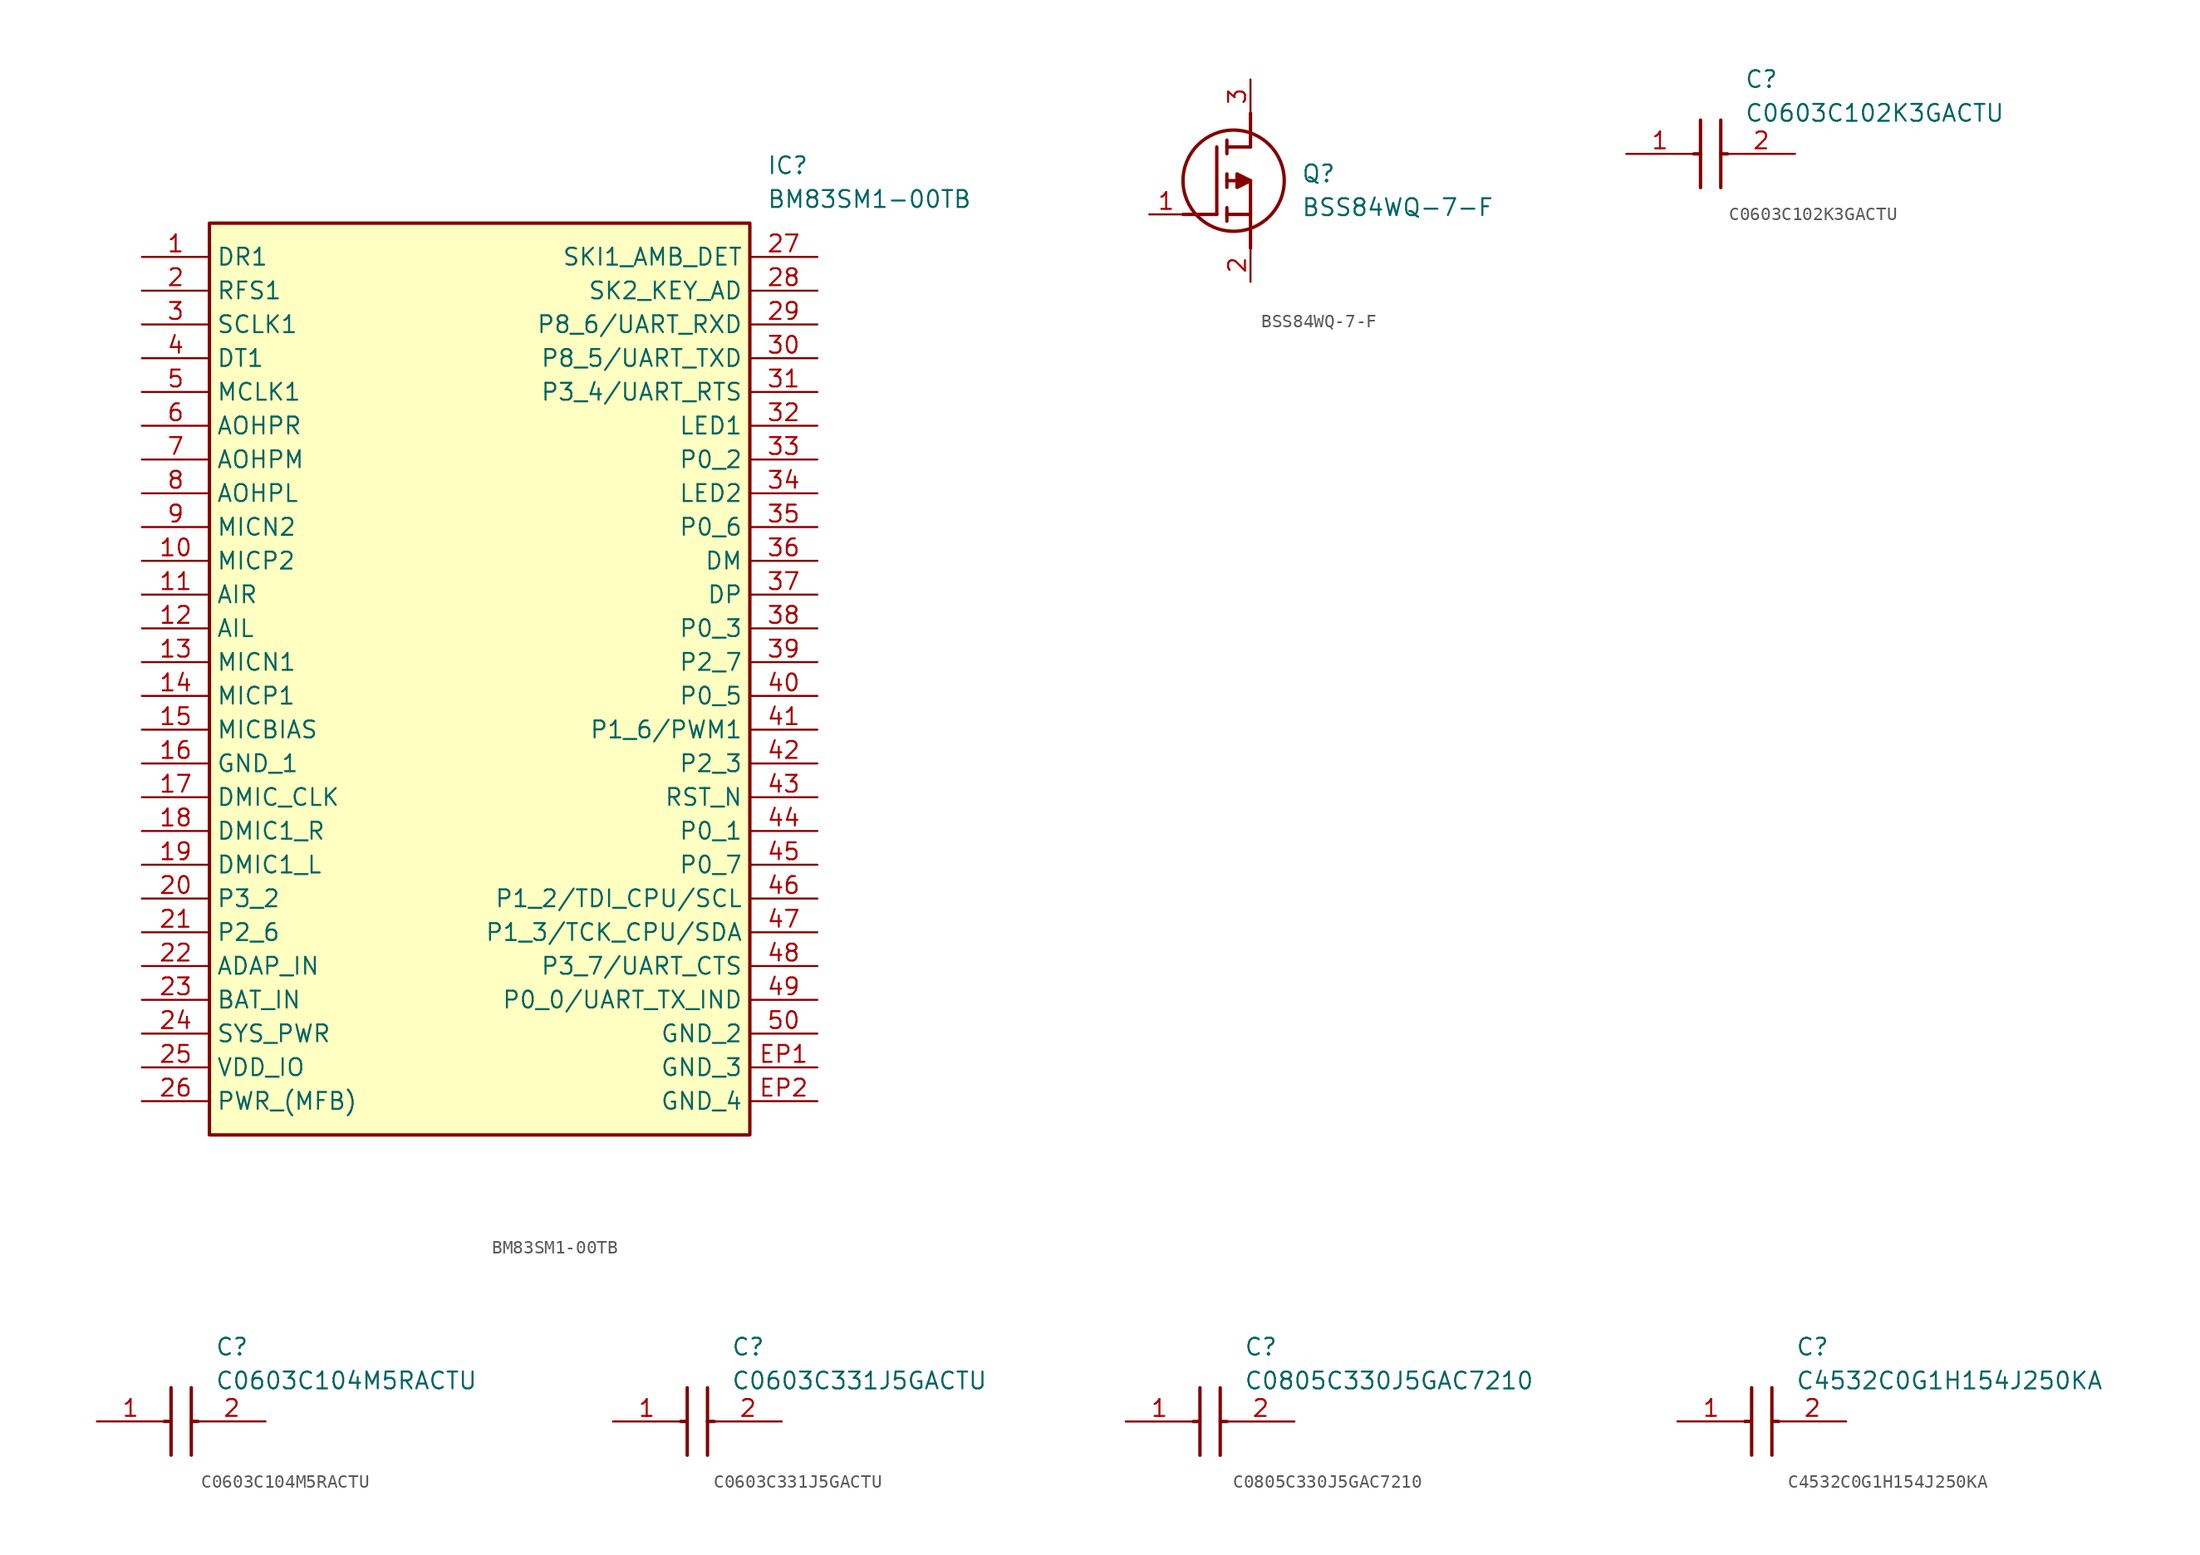
<source format=kicad_sym>
(kicad_symbol_lib
  (version 20231120)
  (generator "kicad_symbol_editor")
  (generator_version "8.0")
  (symbol "BM83SM1-00TB"
    (property "Reference" "IC"
      (at 46.99 7.62 0)
      (effects (font (size 1.27 1.27)) (justify left top)))
    (property "Value" "BM83SM1-00TB"
      (at 46.99 5.08 0)
      (effects (font (size 1.27 1.27)) (justify left top)))
    (symbol "BM83SM1-00TB_1_1"
      (rectangle (start 5.08 2.54) (end 45.72 -66.04) (stroke (width 0.254) (type default)) (fill (type background)))
      (pin passive line (at 0 0 0) (length 5.08) (name "DR1" (effects (font (size 1.27 1.27)))) (number "1" (effects (font (size 1.27 1.27)))))
      (pin passive line (at 0 -22.86 0) (length 5.08) (name "MICP2" (effects (font (size 1.27 1.27)))) (number "10" (effects (font (size 1.27 1.27)))))
      (pin passive line (at 0 -25.4 0) (length 5.08) (name "AIR" (effects (font (size 1.27 1.27)))) (number "11" (effects (font (size 1.27 1.27)))))
      (pin passive line (at 0 -27.94 0) (length 5.08) (name "AIL" (effects (font (size 1.27 1.27)))) (number "12" (effects (font (size 1.27 1.27)))))
      (pin passive line (at 0 -30.48 0) (length 5.08) (name "MICN1" (effects (font (size 1.27 1.27)))) (number "13" (effects (font (size 1.27 1.27)))))
      (pin passive line (at 0 -33.02 0) (length 5.08) (name "MICP1" (effects (font (size 1.27 1.27)))) (number "14" (effects (font (size 1.27 1.27)))))
      (pin passive line (at 0 -35.56 0) (length 5.08) (name "MICBIAS" (effects (font (size 1.27 1.27)))) (number "15" (effects (font (size 1.27 1.27)))))
      (pin passive line (at 0 -38.1 0) (length 5.08) (name "GND_1" (effects (font (size 1.27 1.27)))) (number "16" (effects (font (size 1.27 1.27)))))
      (pin passive line (at 0 -40.64 0) (length 5.08) (name "DMIC_CLK" (effects (font (size 1.27 1.27)))) (number "17" (effects (font (size 1.27 1.27)))))
      (pin passive line (at 0 -43.18 0) (length 5.08) (name "DMIC1_R" (effects (font (size 1.27 1.27)))) (number "18" (effects (font (size 1.27 1.27)))))
      (pin passive line (at 0 -45.72 0) (length 5.08) (name "DMIC1_L" (effects (font (size 1.27 1.27)))) (number "19" (effects (font (size 1.27 1.27)))))
      (pin passive line (at 0 -2.54 0) (length 5.08) (name "RFS1" (effects (font (size 1.27 1.27)))) (number "2" (effects (font (size 1.27 1.27)))))
      (pin passive line (at 0 -48.26 0) (length 5.08) (name "P3_2" (effects (font (size 1.27 1.27)))) (number "20" (effects (font (size 1.27 1.27)))))
      (pin passive line (at 0 -50.8 0) (length 5.08) (name "P2_6" (effects (font (size 1.27 1.27)))) (number "21" (effects (font (size 1.27 1.27)))))
      (pin passive line (at 0 -53.34 0) (length 5.08) (name "ADAP_IN" (effects (font (size 1.27 1.27)))) (number "22" (effects (font (size 1.27 1.27)))))
      (pin passive line (at 0 -55.88 0) (length 5.08) (name "BAT_IN" (effects (font (size 1.27 1.27)))) (number "23" (effects (font (size 1.27 1.27)))))
      (pin passive line (at 0 -58.42 0) (length 5.08) (name "SYS_PWR" (effects (font (size 1.27 1.27)))) (number "24" (effects (font (size 1.27 1.27)))))
      (pin passive line (at 0 -60.96 0) (length 5.08) (name "VDD_IO" (effects (font (size 1.27 1.27)))) (number "25" (effects (font (size 1.27 1.27)))))
      (pin passive line (at 0 -63.5 0) (length 5.08) (name "PWR_(MFB)" (effects (font (size 1.27 1.27)))) (number "26" (effects (font (size 1.27 1.27)))))
      (pin passive line (at 50.8 0 180) (length 5.08) (name "SKI1_AMB_DET" (effects (font (size 1.27 1.27)))) (number "27" (effects (font (size 1.27 1.27)))))
      (pin passive line (at 50.8 -2.54 180) (length 5.08) (name "SK2_KEY_AD" (effects (font (size 1.27 1.27)))) (number "28" (effects (font (size 1.27 1.27)))))
      (pin passive line (at 50.8 -5.08 180) (length 5.08) (name "P8_6/UART_RXD" (effects (font (size 1.27 1.27)))) (number "29" (effects (font (size 1.27 1.27)))))
      (pin passive line (at 0 -5.08 0) (length 5.08) (name "SCLK1" (effects (font (size 1.27 1.27)))) (number "3" (effects (font (size 1.27 1.27)))))
      (pin passive line (at 50.8 -7.62 180) (length 5.08) (name "P8_5/UART_TXD" (effects (font (size 1.27 1.27)))) (number "30" (effects (font (size 1.27 1.27)))))
      (pin passive line (at 50.8 -10.16 180) (length 5.08) (name "P3_4/UART_RTS" (effects (font (size 1.27 1.27)))) (number "31" (effects (font (size 1.27 1.27)))))
      (pin passive line (at 50.8 -12.7 180) (length 5.08) (name "LED1" (effects (font (size 1.27 1.27)))) (number "32" (effects (font (size 1.27 1.27)))))
      (pin passive line (at 50.8 -15.24 180) (length 5.08) (name "P0_2" (effects (font (size 1.27 1.27)))) (number "33" (effects (font (size 1.27 1.27)))))
      (pin passive line (at 50.8 -17.78 180) (length 5.08) (name "LED2" (effects (font (size 1.27 1.27)))) (number "34" (effects (font (size 1.27 1.27)))))
      (pin passive line (at 50.8 -20.32 180) (length 5.08) (name "P0_6" (effects (font (size 1.27 1.27)))) (number "35" (effects (font (size 1.27 1.27)))))
      (pin passive line (at 50.8 -22.86 180) (length 5.08) (name "DM" (effects (font (size 1.27 1.27)))) (number "36" (effects (font (size 1.27 1.27)))))
      (pin passive line (at 50.8 -25.4 180) (length 5.08) (name "DP" (effects (font (size 1.27 1.27)))) (number "37" (effects (font (size 1.27 1.27)))))
      (pin passive line (at 50.8 -27.94 180) (length 5.08) (name "P0_3" (effects (font (size 1.27 1.27)))) (number "38" (effects (font (size 1.27 1.27)))))
      (pin passive line (at 50.8 -30.48 180) (length 5.08) (name "P2_7" (effects (font (size 1.27 1.27)))) (number "39" (effects (font (size 1.27 1.27)))))
      (pin passive line (at 0 -7.62 0) (length 5.08) (name "DT1" (effects (font (size 1.27 1.27)))) (number "4" (effects (font (size 1.27 1.27)))))
      (pin passive line (at 50.8 -33.02 180) (length 5.08) (name "P0_5" (effects (font (size 1.27 1.27)))) (number "40" (effects (font (size 1.27 1.27)))))
      (pin passive line (at 50.8 -35.56 180) (length 5.08) (name "P1_6/PWM1" (effects (font (size 1.27 1.27)))) (number "41" (effects (font (size 1.27 1.27)))))
      (pin passive line (at 50.8 -38.1 180) (length 5.08) (name "P2_3" (effects (font (size 1.27 1.27)))) (number "42" (effects (font (size 1.27 1.27)))))
      (pin passive line (at 50.8 -40.64 180) (length 5.08) (name "RST_N" (effects (font (size 1.27 1.27)))) (number "43" (effects (font (size 1.27 1.27)))))
      (pin passive line (at 50.8 -43.18 180) (length 5.08) (name "P0_1" (effects (font (size 1.27 1.27)))) (number "44" (effects (font (size 1.27 1.27)))))
      (pin passive line (at 50.8 -45.72 180) (length 5.08) (name "P0_7" (effects (font (size 1.27 1.27)))) (number "45" (effects (font (size 1.27 1.27)))))
      (pin passive line (at 50.8 -48.26 180) (length 5.08) (name "P1_2/TDI_CPU/SCL" (effects (font (size 1.27 1.27)))) (number "46" (effects (font (size 1.27 1.27)))))
      (pin passive line (at 50.8 -50.8 180) (length 5.08) (name "P1_3/TCK_CPU/SDA" (effects (font (size 1.27 1.27)))) (number "47" (effects (font (size 1.27 1.27)))))
      (pin passive line (at 50.8 -53.34 180) (length 5.08) (name "P3_7/UART_CTS" (effects (font (size 1.27 1.27)))) (number "48" (effects (font (size 1.27 1.27)))))
      (pin passive line (at 50.8 -55.88 180) (length 5.08) (name "P0_0/UART_TX_IND" (effects (font (size 1.27 1.27)))) (number "49" (effects (font (size 1.27 1.27)))))
      (pin passive line (at 0 -10.16 0) (length 5.08) (name "MCLK1" (effects (font (size 1.27 1.27)))) (number "5" (effects (font (size 1.27 1.27)))))
      (pin passive line (at 50.8 -58.42 180) (length 5.08) (name "GND_2" (effects (font (size 1.27 1.27)))) (number "50" (effects (font (size 1.27 1.27)))))
      (pin passive line (at 0 -12.7 0) (length 5.08) (name "AOHPR" (effects (font (size 1.27 1.27)))) (number "6" (effects (font (size 1.27 1.27)))))
      (pin passive line (at 0 -15.24 0) (length 5.08) (name "AOHPM" (effects (font (size 1.27 1.27)))) (number "7" (effects (font (size 1.27 1.27)))))
      (pin passive line (at 0 -17.78 0) (length 5.08) (name "AOHPL" (effects (font (size 1.27 1.27)))) (number "8" (effects (font (size 1.27 1.27)))))
      (pin passive line (at 0 -20.32 0) (length 5.08) (name "MICN2" (effects (font (size 1.27 1.27)))) (number "9" (effects (font (size 1.27 1.27)))))
      (pin passive line (at 50.8 -60.96 180) (length 5.08) (name "GND_3" (effects (font (size 1.27 1.27)))) (number "EP1" (effects (font (size 1.27 1.27)))))
      (pin passive line (at 50.8 -63.5 180) (length 5.08) (name "GND_4" (effects (font (size 1.27 1.27)))) (number "EP2" (effects (font (size 1.27 1.27)))))))
  (symbol "BSS84WQ-7-F"
    (pin_names hide)
    (property "Reference" "Q"
      (at 11.43 3.81 0)
      (effects (font (size 1.27 1.27)) (justify left top)))
    (property "Value" "BSS84WQ-7-F"
      (at 11.43 1.27 0)
      (effects (font (size 1.27 1.27)) (justify left top)))
    (symbol "BSS84WQ-7-F_1_1"
      (polyline (pts (xy 2.54 0) (xy 5.08 0)) (stroke (width 0.254) (type default)) (fill (type none)))
      (polyline (pts (xy 5.08 5.08) (xy 5.08 0)) (stroke (width 0.254) (type default)) (fill (type none)))
      (polyline (pts (xy 5.842 -0.508) (xy 5.842 0.508)) (stroke (width 0.254) (type default)) (fill (type none)))
      (polyline (pts (xy 5.842 0) (xy 7.62 0)) (stroke (width 0.254) (type default)) (fill (type none)))
      (polyline (pts (xy 5.842 2.032) (xy 5.842 3.048)) (stroke (width 0.254) (type default)) (fill (type none)))
      (polyline (pts (xy 5.842 5.588) (xy 5.842 4.572)) (stroke (width 0.254) (type default)) (fill (type none)))
      (polyline (pts (xy 7.62 2.54) (xy 5.842 2.54)) (stroke (width 0.254) (type default)) (fill (type none)))
      (polyline (pts (xy 7.62 2.54) (xy 7.62 -2.54)) (stroke (width 0.254) (type default)) (fill (type none)))
      (polyline (pts (xy 7.62 5.08) (xy 5.842 5.08)) (stroke (width 0.254) (type default)) (fill (type none)))
      (polyline (pts (xy 7.62 5.08) (xy 7.62 7.62)) (stroke (width 0.254) (type default)) (fill (type none)))
      (polyline (pts (xy 7.62 2.54) (xy 6.604 3.048) (xy 6.604 2.032) (xy 7.62 2.54)) (stroke (width 0.254) (type default)) (fill (type outline)))
      (circle (center 6.35 2.54) (radius 3.81) (stroke (width 0.254) (type default)) (fill (type none)))
      (pin passive line (at 0 0 0) (length 2.54) (name "G" (effects (font (size 1.27 1.27)))) (number "1" (effects (font (size 1.27 1.27)))))
      (pin passive line (at 7.62 -5.08 90) (length 2.54) (name "S" (effects (font (size 1.27 1.27)))) (number "2" (effects (font (size 1.27 1.27)))))
      (pin passive line (at 7.62 10.16 270) (length 2.54) (name "D" (effects (font (size 1.27 1.27)))) (number "3" (effects (font (size 1.27 1.27)))))))
  (symbol "C0603C102K3GACTU"
    (pin_names hide)
    (property "Reference" "C"
      (at 8.89 6.35 0)
      (effects (font (size 1.27 1.27)) (justify left top)))
    (property "Value" "C0603C102K3GACTU"
      (at 8.89 3.81 0)
      (effects (font (size 1.27 1.27)) (justify left top)))
    (symbol "C0603C102K3GACTU_1_1"
      (polyline (pts (xy 5.08 0) (xy 5.588 0)) (stroke (width 0.254) (type default)) (fill (type none)))
      (polyline (pts (xy 5.588 2.54) (xy 5.588 -2.54)) (stroke (width 0.254) (type default)) (fill (type none)))
      (polyline (pts (xy 7.112 0) (xy 7.62 0)) (stroke (width 0.254) (type default)) (fill (type none)))
      (polyline (pts (xy 7.112 2.54) (xy 7.112 -2.54)) (stroke (width 0.254) (type default)) (fill (type none)))
      (pin passive line (at 0 0 0) (length 5.08) (name "1" (effects (font (size 1.27 1.27)))) (number "1" (effects (font (size 1.27 1.27)))))
      (pin passive line (at 12.7 0 180) (length 5.08) (name "2" (effects (font (size 1.27 1.27)))) (number "2" (effects (font (size 1.27 1.27)))))))
  (symbol "C0603C104M5RACTU"
    (pin_names hide)
    (property "Reference" "C"
      (at 8.89 6.35 0)
      (effects (font (size 1.27 1.27)) (justify left top)))
    (property "Value" "C0603C104M5RACTU"
      (at 8.89 3.81 0)
      (effects (font (size 1.27 1.27)) (justify left top)))
    (symbol "C0603C104M5RACTU_1_1"
      (polyline (pts (xy 5.08 0) (xy 5.588 0)) (stroke (width 0.254) (type default)) (fill (type none)))
      (polyline (pts (xy 5.588 2.54) (xy 5.588 -2.54)) (stroke (width 0.254) (type default)) (fill (type none)))
      (polyline (pts (xy 7.112 0) (xy 7.62 0)) (stroke (width 0.254) (type default)) (fill (type none)))
      (polyline (pts (xy 7.112 2.54) (xy 7.112 -2.54)) (stroke (width 0.254) (type default)) (fill (type none)))
      (pin passive line (at 0 0 0) (length 5.08) (name "1" (effects (font (size 1.27 1.27)))) (number "1" (effects (font (size 1.27 1.27)))))
      (pin passive line (at 12.7 0 180) (length 5.08) (name "2" (effects (font (size 1.27 1.27)))) (number "2" (effects (font (size 1.27 1.27)))))))
  (symbol "C0603C331J5GACTU"
    (pin_names hide)
    (property "Reference" "C"
      (at 8.89 6.35 0)
      (effects (font (size 1.27 1.27)) (justify left top)))
    (property "Value" "C0603C331J5GACTU"
      (at 8.89 3.81 0)
      (effects (font (size 1.27 1.27)) (justify left top)))
    (symbol "C0603C331J5GACTU_1_1"
      (polyline (pts (xy 5.08 0) (xy 5.588 0)) (stroke (width 0.254) (type default)) (fill (type none)))
      (polyline (pts (xy 5.588 2.54) (xy 5.588 -2.54)) (stroke (width 0.254) (type default)) (fill (type none)))
      (polyline (pts (xy 7.112 0) (xy 7.62 0)) (stroke (width 0.254) (type default)) (fill (type none)))
      (polyline (pts (xy 7.112 2.54) (xy 7.112 -2.54)) (stroke (width 0.254) (type default)) (fill (type none)))
      (pin passive line (at 0 0 0) (length 5.08) (name "1" (effects (font (size 1.27 1.27)))) (number "1" (effects (font (size 1.27 1.27)))))
      (pin passive line (at 12.7 0 180) (length 5.08) (name "2" (effects (font (size 1.27 1.27)))) (number "2" (effects (font (size 1.27 1.27)))))))
  (symbol "C0805C330J5GAC7210"
    (pin_names hide)
    (property "Reference" "C"
      (at 8.89 6.35 0)
      (effects (font (size 1.27 1.27)) (justify left top)))
    (property "Value" "C0805C330J5GAC7210"
      (at 8.89 3.81 0)
      (effects (font (size 1.27 1.27)) (justify left top)))
    (symbol "C0805C330J5GAC7210_1_1"
      (polyline (pts (xy 5.08 0) (xy 5.588 0)) (stroke (width 0.254) (type default)) (fill (type none)))
      (polyline (pts (xy 5.588 2.54) (xy 5.588 -2.54)) (stroke (width 0.254) (type default)) (fill (type none)))
      (polyline (pts (xy 7.112 0) (xy 7.62 0)) (stroke (width 0.254) (type default)) (fill (type none)))
      (polyline (pts (xy 7.112 2.54) (xy 7.112 -2.54)) (stroke (width 0.254) (type default)) (fill (type none)))
      (pin passive line (at 0 0 0) (length 5.08) (name "1" (effects (font (size 1.27 1.27)))) (number "1" (effects (font (size 1.27 1.27)))))
      (pin passive line (at 12.7 0 180) (length 5.08) (name "2" (effects (font (size 1.27 1.27)))) (number "2" (effects (font (size 1.27 1.27)))))))
  (symbol "C4532C0G1H154J250KA"
    (pin_names hide)
    (property "Reference" "C"
      (at 8.89 6.35 0)
      (effects (font (size 1.27 1.27)) (justify left top)))
    (property "Value" "C4532C0G1H154J250KA"
      (at 8.89 3.81 0)
      (effects (font (size 1.27 1.27)) (justify left top)))
    (symbol "C4532C0G1H154J250KA_1_1"
      (polyline (pts (xy 5.08 0) (xy 5.588 0)) (stroke (width 0.254) (type default)) (fill (type none)))
      (polyline (pts (xy 5.588 2.54) (xy 5.588 -2.54)) (stroke (width 0.254) (type default)) (fill (type none)))
      (polyline (pts (xy 7.112 0) (xy 7.62 0)) (stroke (width 0.254) (type default)) (fill (type none)))
      (polyline (pts (xy 7.112 2.54) (xy 7.112 -2.54)) (stroke (width 0.254) (type default)) (fill (type none)))
      (pin passive line (at 0 0 0) (length 5.08) (name "1" (effects (font (size 1.27 1.27)))) (number "1" (effects (font (size 1.27 1.27)))))
      (pin passive line (at 12.7 0 180) (length 5.08) (name "2" (effects (font (size 1.27 1.27)))) (number "2" (effects (font (size 1.27 1.27))))))))
</source>
